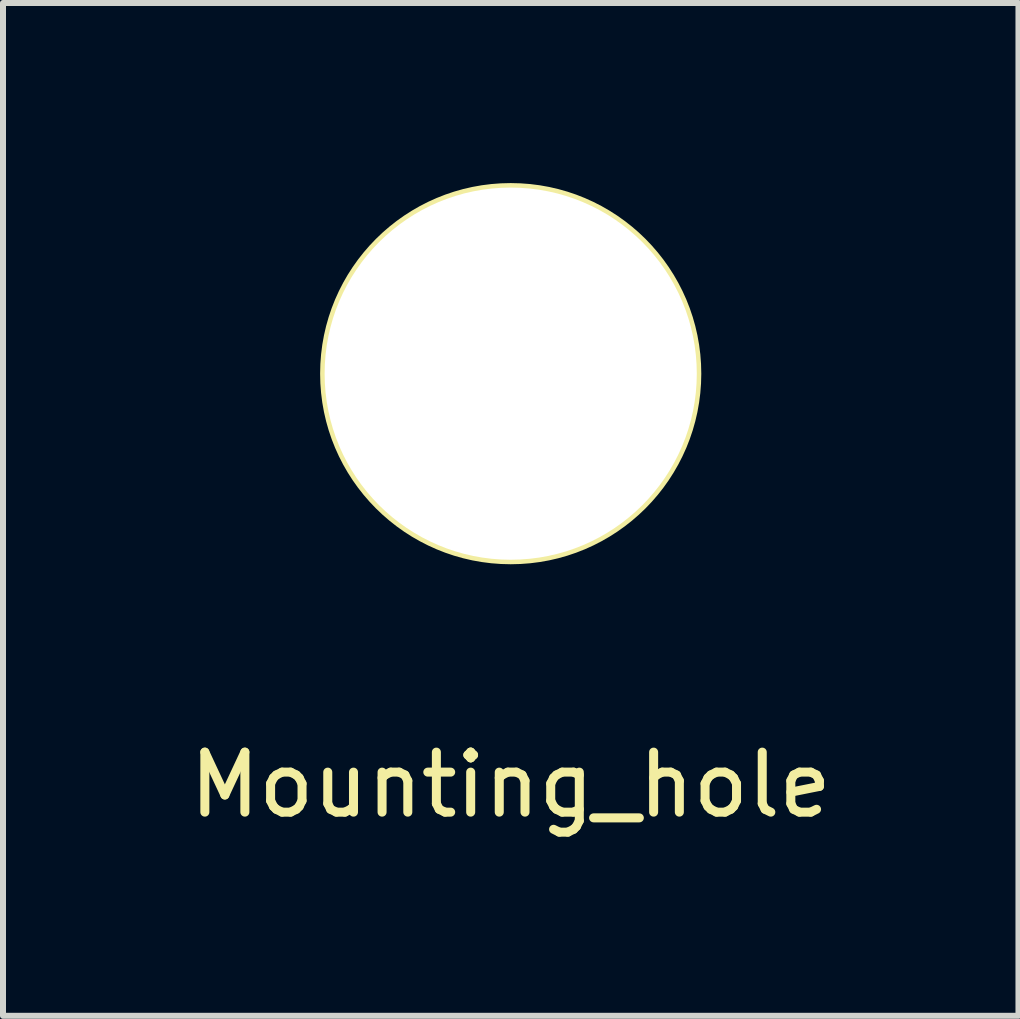
<source format=kicad_pcb>
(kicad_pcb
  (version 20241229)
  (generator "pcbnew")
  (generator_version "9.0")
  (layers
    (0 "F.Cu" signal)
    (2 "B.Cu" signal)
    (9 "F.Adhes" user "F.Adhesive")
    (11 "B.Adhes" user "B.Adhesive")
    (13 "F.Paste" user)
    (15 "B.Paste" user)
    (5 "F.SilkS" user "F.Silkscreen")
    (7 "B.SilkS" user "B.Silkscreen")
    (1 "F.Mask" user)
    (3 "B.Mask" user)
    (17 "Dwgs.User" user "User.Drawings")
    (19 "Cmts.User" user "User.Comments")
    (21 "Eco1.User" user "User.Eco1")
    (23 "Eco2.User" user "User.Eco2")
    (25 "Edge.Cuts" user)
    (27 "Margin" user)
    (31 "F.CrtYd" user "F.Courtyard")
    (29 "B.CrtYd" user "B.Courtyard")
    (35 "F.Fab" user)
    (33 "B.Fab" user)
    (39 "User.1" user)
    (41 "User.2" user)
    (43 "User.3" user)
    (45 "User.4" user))
  (footprint "Mounting_hole"
    (layer "F.Cu")
    (at 5.458 3.175)
    (property "Reference" "Mounting_hole" (at 0 6.85 0) (layer "F.SilkS") (effects (font (size 1 1) (thickness 0.15))))
    (attr through_hole)
    (fp_circle (center 0 0) (end -3.1 0) (stroke (width 0.15) (type solid)) (fill no) (layer "F.SilkS"))
    (pad "1" thru_hole circle (at 0 0) (size 6.2 6.2) (drill 6.2) (layers "*.Cu" "*.Mask")))
  (gr_rect
    (start -3 -3)
    (end 13.917 13.873)
    (stroke (width 0.1) (type default))
    (fill no)
    (layer "Edge.Cuts")))
</source>
